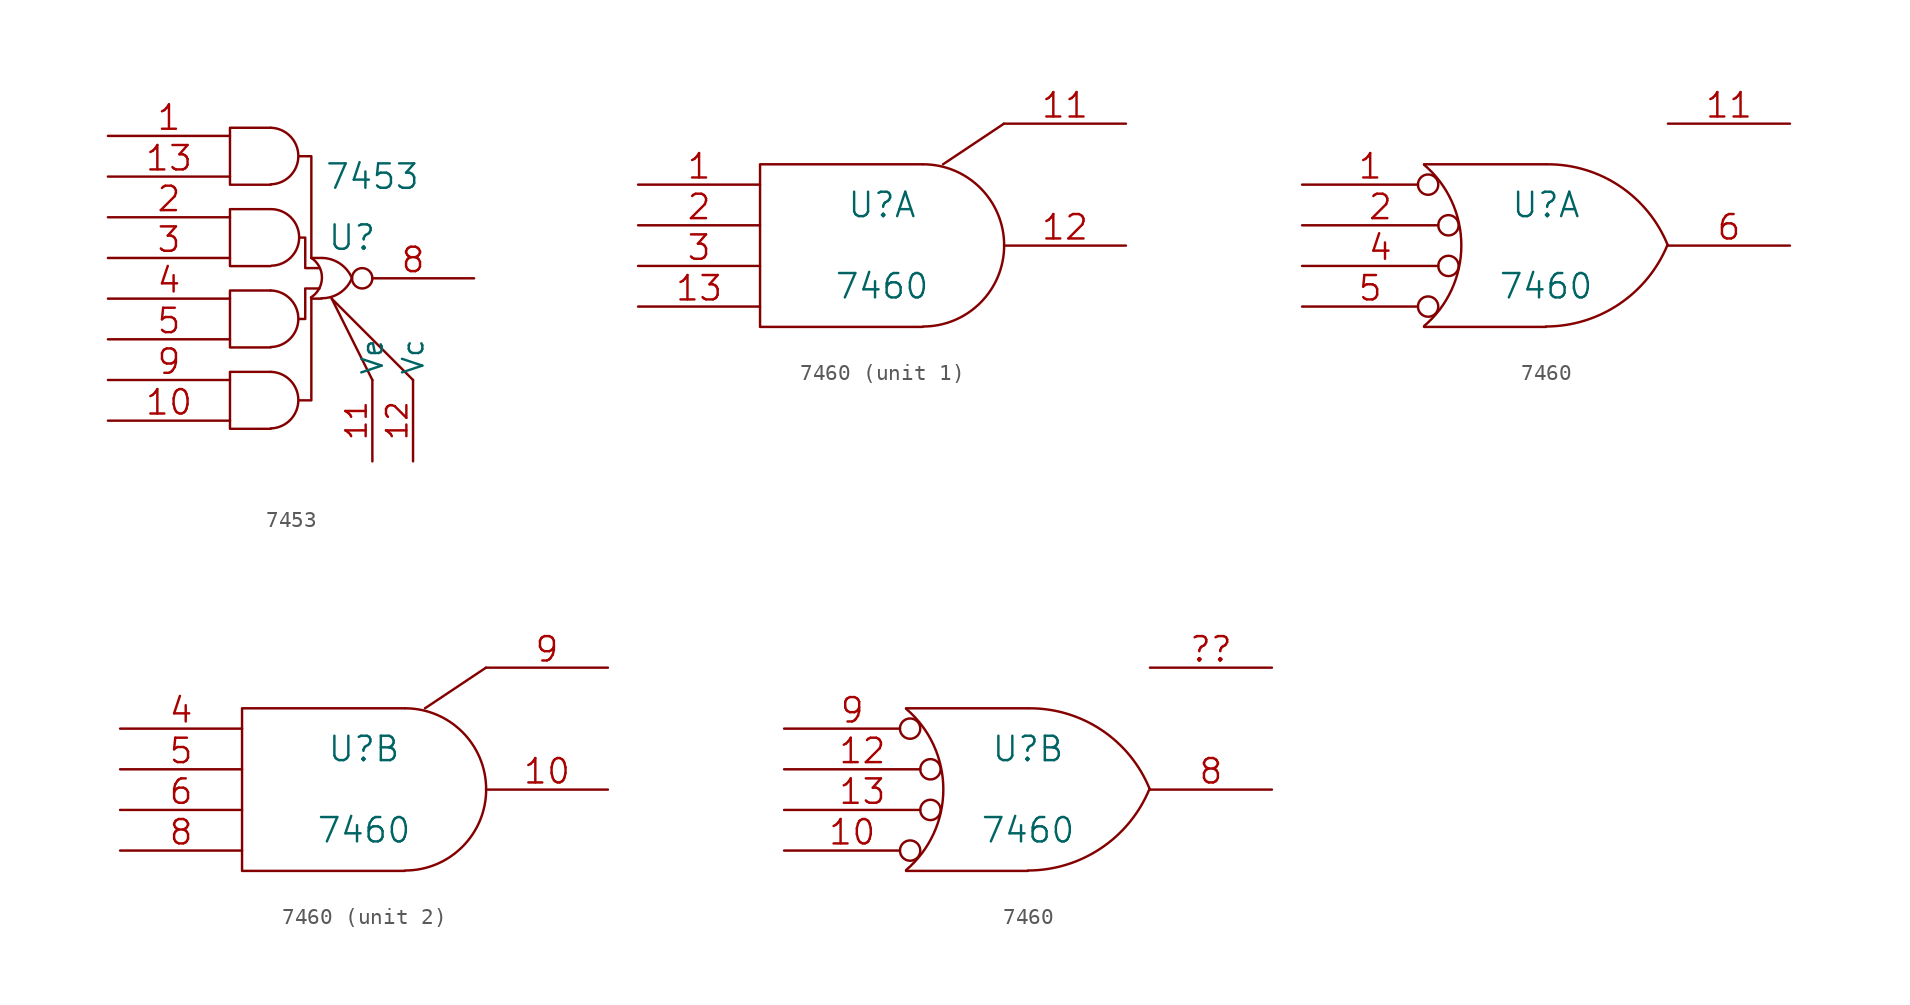
<source format=kicad_sym>
(kicad_symbol_lib
  (version 20241209)
  (generator "kicad_symbol_editor")
  (generator_version "9.0")
  (symbol "7453"
    (pin_names
      (offset 0.254))
    (property "Reference" "U"
      (at 3.81 2.54 0)
      (effects (font (size 1.524 1.524))))
    (property "Value" "7453"
      (at 5.08 6.35 0)
      (effects (font (size 1.524 1.524))))
    (property "Footprint" ""
      (at 0 0 0)
      (effects (font (size 1.524 1.524))))
    (property "Datasheet" ""
      (at 0 0 0)
      (effects (font (size 1.524 1.524))))
    (symbol "7453_0_0"
      (pin power_in line (at -2.54 9.398 0) (length 0) (hide yes) (name "VCC" (effects (font (size 1.524 1.524)))) (number "14" (effects (font (size 1.524 1.524)))))
      (pin power_in line (at -2.54 -9.398 0) (length 0) (hide yes) (name "GND" (effects (font (size 1.524 1.524)))) (number "7" (effects (font (size 1.524 1.524))))))
    (symbol "7453_0_1"
      (arc (start -1.27 9.398) (mid 0.4579 7.6204) (end -1.27 5.8674) (stroke (width 0) (type solid)) (fill (type none)))
      (arc (start -1.27 -0.762) (mid 0.4579 -2.5396) (end -1.27 -4.2926) (stroke (width 0) (type solid)) (fill (type none)))
      (arc (start -1.27 -5.842) (mid 0.4579 -7.6196) (end -1.27 -9.3726) (stroke (width 0) (type solid)) (fill (type none)))
      (polyline (pts (xy -1.27 9.398) (xy -3.81 9.398) (xy -3.81 5.842) (xy -1.27 5.842)) (stroke (width 0) (type solid)) (fill (type none)))
      (polyline (pts (xy -1.27 4.318) (xy -3.81 4.318) (xy -3.81 0.762) (xy -1.27 0.762)) (stroke (width 0) (type solid)) (fill (type none)))
      (arc (start -1.2192 4.318) (mid 0.5087 2.5404) (end -1.2192 0.7874) (stroke (width 0) (type solid)) (fill (type none)))
      (polyline (pts (xy -1.27 -0.762) (xy -3.81 -0.762) (xy -3.81 -4.318) (xy -1.27 -4.318)) (stroke (width 0) (type solid)) (fill (type none)))
      (polyline (pts (xy -1.27 -5.842) (xy -3.81 -5.842) (xy -3.81 -9.398) (xy -1.27 -9.398)) (stroke (width 0) (type solid)) (fill (type none)))
      (arc (start 1.27 1.27) (mid 1.9323 0.0219) (end 1.2446 -1.1938) (stroke (width 0) (type solid)) (fill (type none)))
      (polyline (pts (xy 0.508 2.54) (xy 0.889 2.54) (xy 0.889 0.635) (xy 1.778 0.635)) (stroke (width 0) (type solid)) (fill (type none)))
      (polyline (pts (xy 0.508 -2.54) (xy 0.889 -2.54) (xy 0.889 -0.635) (xy 1.778 -0.635)) (stroke (width 0) (type solid)) (fill (type none)))
      (polyline (pts (xy 1.27 1.27) (xy 1.27 7.62) (xy 0.508 7.62)) (stroke (width 0) (type solid)) (fill (type none)))
      (polyline (pts (xy 1.27 -1.27) (xy 1.27 -7.62) (xy 0.508 -7.62)) (stroke (width 0) (type solid)) (fill (type none)))
      (arc (start 3.81 0.0254) (mid 3.0532 -0.9103) (end 1.905 -1.2446) (stroke (width 0) (type solid)) (fill (type none)))
      (polyline (pts (xy 1.905 1.27) (xy 1.27 1.27)) (stroke (width 0) (type solid)) (fill (type none)))
      (arc (start 1.9304 1.27) (mid 3.0593 0.9159) (end 3.81 0) (stroke (width 0) (type solid)) (fill (type none)))
      (polyline (pts (xy 1.905 -1.27) (xy 1.27 -1.27)) (stroke (width 0) (type solid)) (fill (type none)))
      (polyline (pts (xy 5.08 -6.35) (xy 2.54 -1.27)) (stroke (width 0) (type solid)) (fill (type none)))
      (polyline (pts (xy 7.62 -6.35) (xy 2.54 -1.27)) (stroke (width 0) (type solid)) (fill (type none))))
    (symbol "7453_1_1"
      (pin input line (at -11.43 8.89 0) (length 7.62) (name "~" (effects (font (size 1.524 1.524)))) (number "1" (effects (font (size 1.524 1.524)))))
      (pin input line (at -11.43 6.35 0) (length 7.62) (name "~" (effects (font (size 1.524 1.524)))) (number "13" (effects (font (size 1.524 1.524)))))
      (pin input line (at -11.43 3.81 0) (length 7.62) (name "~" (effects (font (size 1.524 1.524)))) (number "2" (effects (font (size 1.524 1.524)))))
      (pin input line (at -11.43 1.27 0) (length 7.62) (name "~" (effects (font (size 1.524 1.524)))) (number "3" (effects (font (size 1.524 1.524)))))
      (pin input line (at -11.43 -1.27 0) (length 7.62) (name "~" (effects (font (size 1.524 1.524)))) (number "4" (effects (font (size 1.524 1.524)))))
      (pin input line (at -11.43 -3.81 0) (length 7.62) (name "~" (effects (font (size 1.524 1.524)))) (number "5" (effects (font (size 1.524 1.524)))))
      (pin input line (at -11.43 -6.35 0) (length 7.62) (name "~" (effects (font (size 1.524 1.524)))) (number "9" (effects (font (size 1.524 1.524)))))
      (pin input line (at -11.43 -8.89 0) (length 7.62) (name "~" (effects (font (size 1.524 1.524)))) (number "10" (effects (font (size 1.524 1.524)))))
      (pin input line (at 5.08 -11.43 90) (length 5.08) (name "Ve" (effects (font (size 1.27 1.27)))) (number "11" (effects (font (size 1.27 1.27)))))
      (pin input line (at 7.62 -11.43 90) (length 5.08) (name "Vc" (effects (font (size 1.27 1.27)))) (number "12" (effects (font (size 1.27 1.27)))))
      (pin output inverted (at 11.43 0 180) (length 7.62) (name "~" (effects (font (size 1.524 1.524)))) (number "8" (effects (font (size 1.524 1.524)))))))
  (symbol "7460"
    (pin_names
      (offset 0.762))
    (property "Reference" "U"
      (at 0 2.54 0)
      (effects (font (size 1.524 1.524))))
    (property "Value" "7460"
      (at 0 -2.54 0)
      (effects (font (size 1.524 1.524))))
    (property "Footprint" ""
      (at 0 0 0)
      (effects (font (size 1.524 1.524))))
    (property "Datasheet" ""
      (at 0 0 0)
      (effects (font (size 1.524 1.524))))
    (symbol "7460_0_0"
      (pin power_in line (at -5.08 5.08 90) (length 0) (hide yes) (name "VCC" (effects (font (size 1.524 1.524)))) (number "14" (effects (font (size 1.524 1.524)))))
      (pin power_in line (at -5.08 -5.08 90) (length 0) (hide yes) (name "GND" (effects (font (size 1.524 1.524)))) (number "7" (effects (font (size 1.524 1.524))))))
    (symbol "7460_0_1"
      (polyline (pts (xy 2.54 5.08) (xy -7.62 5.08) (xy -7.62 -5.08) (xy 2.54 -5.08)) (stroke (width 0) (type solid)) (fill (type none)))
      (arc (start 2.5654 5.08) (mid 7.6201 0.0001) (end 2.5654 -5.0546) (stroke (width 0) (type solid)) (fill (type none)))
      (polyline (pts (xy 7.62 7.62) (xy 3.81 5.08)) (stroke (width 0) (type solid)) (fill (type none))))
    (symbol "7460_0_2"
      (arc (start -7.62 5.0546) (mid -5.2901 0.0083) (end -7.62 -5.0292) (stroke (width 0) (type solid)) (fill (type none)))
      (polyline (pts (xy -7.62 5.08) (xy 0 5.08)) (stroke (width 0) (type solid)) (fill (type none)))
      (polyline (pts (xy -7.62 -5.08) (xy 0 -5.08)) (stroke (width 0) (type solid)) (fill (type none)))
      (arc (start 7.5946 0.0508) (mid 4.5708 -3.6562) (end 0 -5.0546) (stroke (width 0) (type solid)) (fill (type none)))
      (arc (start 0.0508 5.08) (mid 4.6217 3.7074) (end 7.62 0) (stroke (width 0) (type solid)) (fill (type none))))
    (symbol "7460_1_1"
      (pin input line (at -15.24 3.81 0) (length 7.62) (name "~" (effects (font (size 1.524 1.524)))) (number "1" (effects (font (size 1.524 1.524)))))
      (pin input line (at -15.24 1.27 0) (length 7.62) (name "~" (effects (font (size 1.524 1.524)))) (number "2" (effects (font (size 1.524 1.524)))))
      (pin input line (at -15.24 -1.27 0) (length 7.62) (name "~" (effects (font (size 1.524 1.524)))) (number "3" (effects (font (size 1.524 1.524)))))
      (pin input line (at -15.24 -3.81 0) (length 7.62) (name "~" (effects (font (size 1.524 1.524)))) (number "13" (effects (font (size 1.524 1.524)))))
      (pin output line (at 15.24 7.62 180) (length 7.62) (name "~" (effects (font (size 1.524 1.524)))) (number "11" (effects (font (size 1.524 1.524)))))
      (pin output line (at 15.24 0 180) (length 7.62) (name "~" (effects (font (size 1.524 1.524)))) (number "12" (effects (font (size 1.524 1.524))))))
    (symbol "7460_1_2"
      (pin input inverted (at -15.24 3.81 0) (length 8.509) (name "~" (effects (font (size 1.524 1.524)))) (number "1" (effects (font (size 1.524 1.524)))))
      (pin input inverted (at -15.24 1.27 0) (length 9.779) (name "~" (effects (font (size 1.524 1.524)))) (number "2" (effects (font (size 1.524 1.524)))))
      (pin input inverted (at -15.24 -1.27 0) (length 9.779) (name "~" (effects (font (size 1.524 1.524)))) (number "4" (effects (font (size 1.524 1.524)))))
      (pin input inverted (at -15.24 -3.81 0) (length 8.509) (name "~" (effects (font (size 1.524 1.524)))) (number "5" (effects (font (size 1.524 1.524)))))
      (pin output line (at 15.24 7.62 180) (length 7.62) (name "~" (effects (font (size 1.524 1.524)))) (number "11" (effects (font (size 1.524 1.524)))))
      (pin output line (at 15.24 0 180) (length 7.62) (name "~" (effects (font (size 1.524 1.524)))) (number "6" (effects (font (size 1.524 1.524))))))
    (symbol "7460_2_1"
      (pin input line (at -15.24 3.81 0) (length 7.62) (name "~" (effects (font (size 1.524 1.524)))) (number "4" (effects (font (size 1.524 1.524)))))
      (pin input line (at -15.24 1.27 0) (length 7.62) (name "~" (effects (font (size 1.524 1.524)))) (number "5" (effects (font (size 1.524 1.524)))))
      (pin input line (at -15.24 -1.27 0) (length 7.62) (name "~" (effects (font (size 1.524 1.524)))) (number "6" (effects (font (size 1.524 1.524)))))
      (pin input line (at -15.24 -3.81 0) (length 7.62) (name "~" (effects (font (size 1.524 1.524)))) (number "8" (effects (font (size 1.524 1.524)))))
      (pin output line (at 15.24 7.62 180) (length 7.62) (name "~" (effects (font (size 1.524 1.524)))) (number "9" (effects (font (size 1.524 1.524)))))
      (pin output line (at 15.24 0 180) (length 7.62) (name "~" (effects (font (size 1.524 1.524)))) (number "10" (effects (font (size 1.524 1.524))))))
    (symbol "7460_2_2"
      (pin input inverted (at -15.24 3.81 0) (length 8.509) (name "~" (effects (font (size 1.524 1.524)))) (number "9" (effects (font (size 1.524 1.524)))))
      (pin input inverted (at -15.24 1.27 0) (length 9.779) (name "~" (effects (font (size 1.524 1.524)))) (number "12" (effects (font (size 1.524 1.524)))))
      (pin input inverted (at -15.24 -1.27 0) (length 9.779) (name "~" (effects (font (size 1.524 1.524)))) (number "13" (effects (font (size 1.524 1.524)))))
      (pin input inverted (at -15.24 -3.81 0) (length 8.509) (name "~" (effects (font (size 1.524 1.524)))) (number "10" (effects (font (size 1.524 1.524)))))
      (pin output line (at 15.24 7.62 180) (length 7.62) (name "~" (effects (font (size 1.524 1.524)))) (number "??" (effects (font (size 1.524 1.524)))))
      (pin output line (at 15.24 0 180) (length 7.62) (name "~" (effects (font (size 1.524 1.524)))) (number "8" (effects (font (size 1.524 1.524))))))))
</source>
